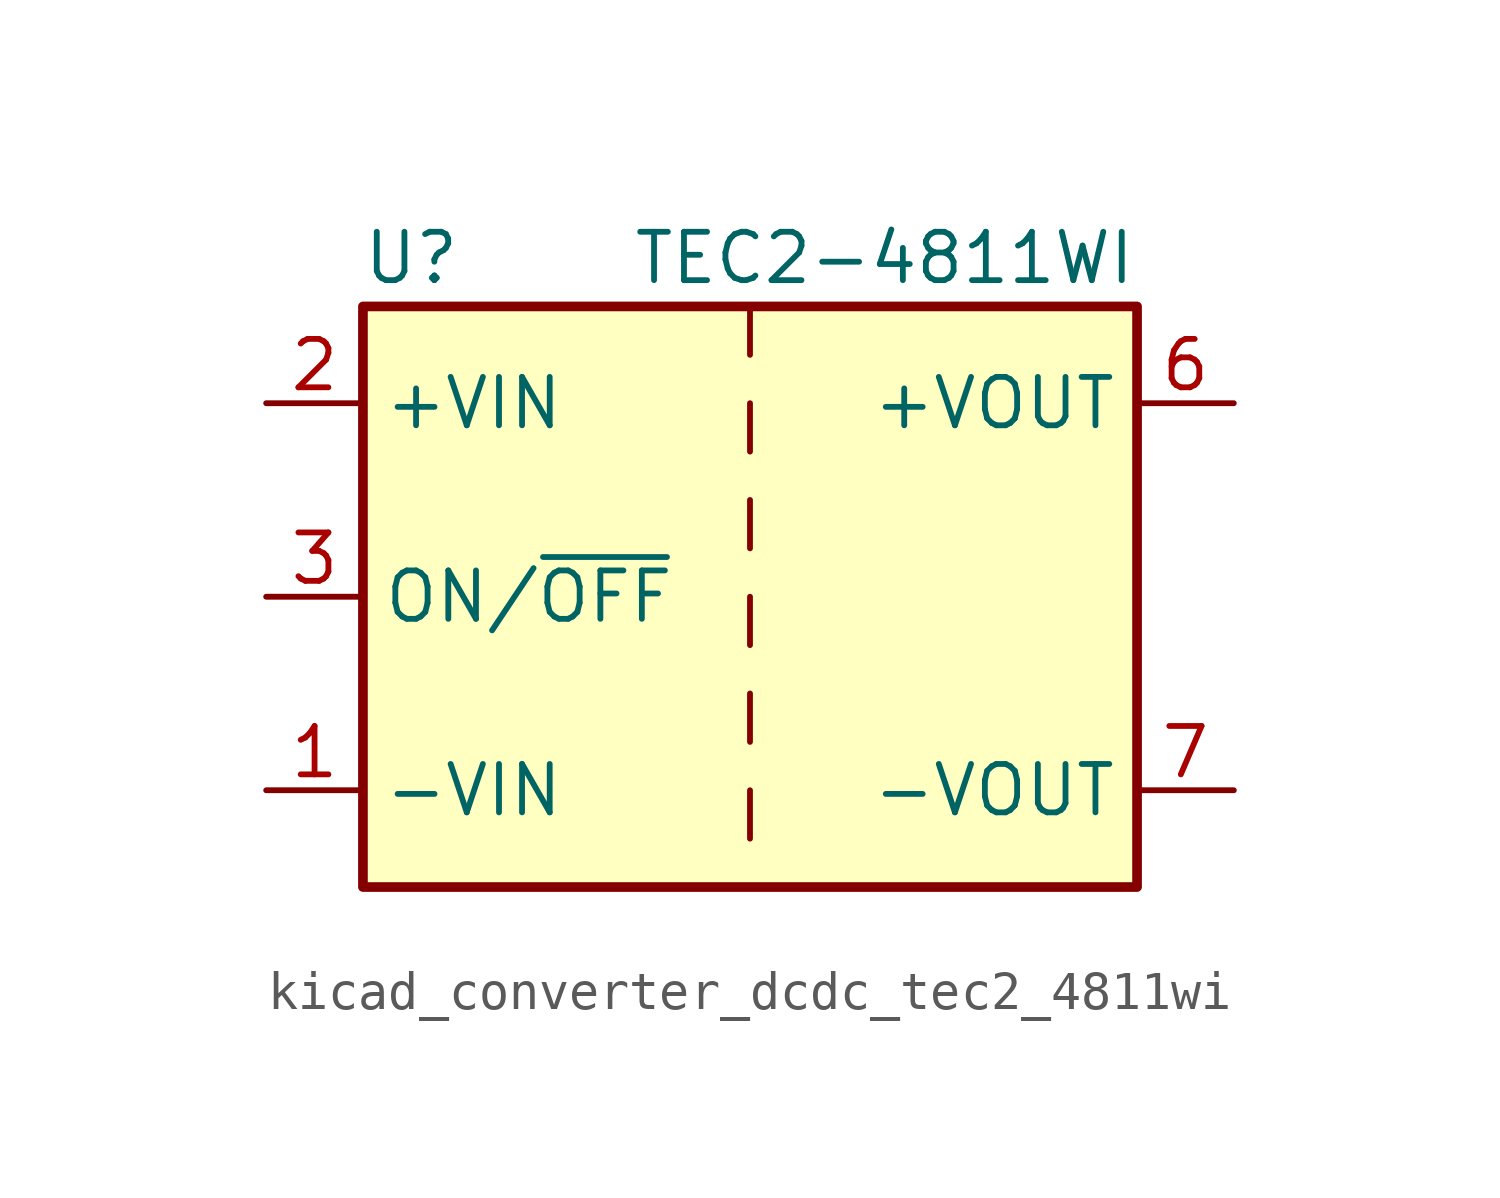
<source format=kicad_sym>
(kicad_symbol_lib
  (version 20220914)
  (generator kicad_symbol_editor)
  (symbol "kicad_converter_dcdc_tec2_4811wi"
    (property "Reference" "U"
      (at -8.89 8.89 0)
      (effects (font (size 1.27 1.27))))
    (property "Value" "TEC2-4811WI"
      (at 10.16 8.89 0)
      (effects (font (size 1.27 1.27)) (justify right)))
    (symbol "kicad_converter_dcdc_tec2_4811wi_0_1"
      (rectangle (start -10.16 7.62) (end 10.16 -7.62) (stroke (width 0.254) (type default)) (fill (type background)))
      (polyline (pts (xy 0 -5.08) (xy 0 -6.35)) (stroke (width 0) (type default)) (fill (type none)))
      (polyline (pts (xy 0 -2.54) (xy 0 -3.81)) (stroke (width 0) (type default)) (fill (type none)))
      (polyline (pts (xy 0 0) (xy 0 -1.27)) (stroke (width 0) (type default)) (fill (type none)))
      (polyline (pts (xy 0 2.54) (xy 0 1.27)) (stroke (width 0) (type default)) (fill (type none)))
      (polyline (pts (xy 0 5.08) (xy 0 3.81)) (stroke (width 0) (type default)) (fill (type none)))
      (polyline (pts (xy 0 7.62) (xy 0 6.35)) (stroke (width 0) (type default)) (fill (type none))))
    (symbol "kicad_converter_dcdc_tec2_4811wi_1_1"
      (pin power_in line (at -12.7 -5.08 0) (length 2.54) (name "-VIN" (effects (font (size 1.27 1.27)))) (number "1" (effects (font (size 1.27 1.27)))))
      (pin power_in line (at -12.7 5.08 0) (length 2.54) (name "+VIN" (effects (font (size 1.27 1.27)))) (number "2" (effects (font (size 1.27 1.27)))))
      (pin input line (at -12.7 0 0) (length 2.54) (name "ON/~{OFF}" (effects (font (size 1.27 1.27)))) (number "3" (effects (font (size 1.27 1.27)))))
      (pin no_connect line (at 10.16 2.54 180) (length 2.54) hide (name "NC" (effects (font (size 1.27 1.27)))) (number "5" (effects (font (size 1.27 1.27)))))
      (pin power_out line (at 12.7 5.08 180) (length 2.54) (name "+VOUT" (effects (font (size 1.27 1.27)))) (number "6" (effects (font (size 1.27 1.27)))))
      (pin power_out line (at 12.7 -5.08 180) (length 2.54) (name "-VOUT" (effects (font (size 1.27 1.27)))) (number "7" (effects (font (size 1.27 1.27)))))
      (pin no_connect line (at 10.16 0 180) (length 2.54) hide (name "NC" (effects (font (size 1.27 1.27)))) (number "8" (effects (font (size 1.27 1.27))))))))
</source>
